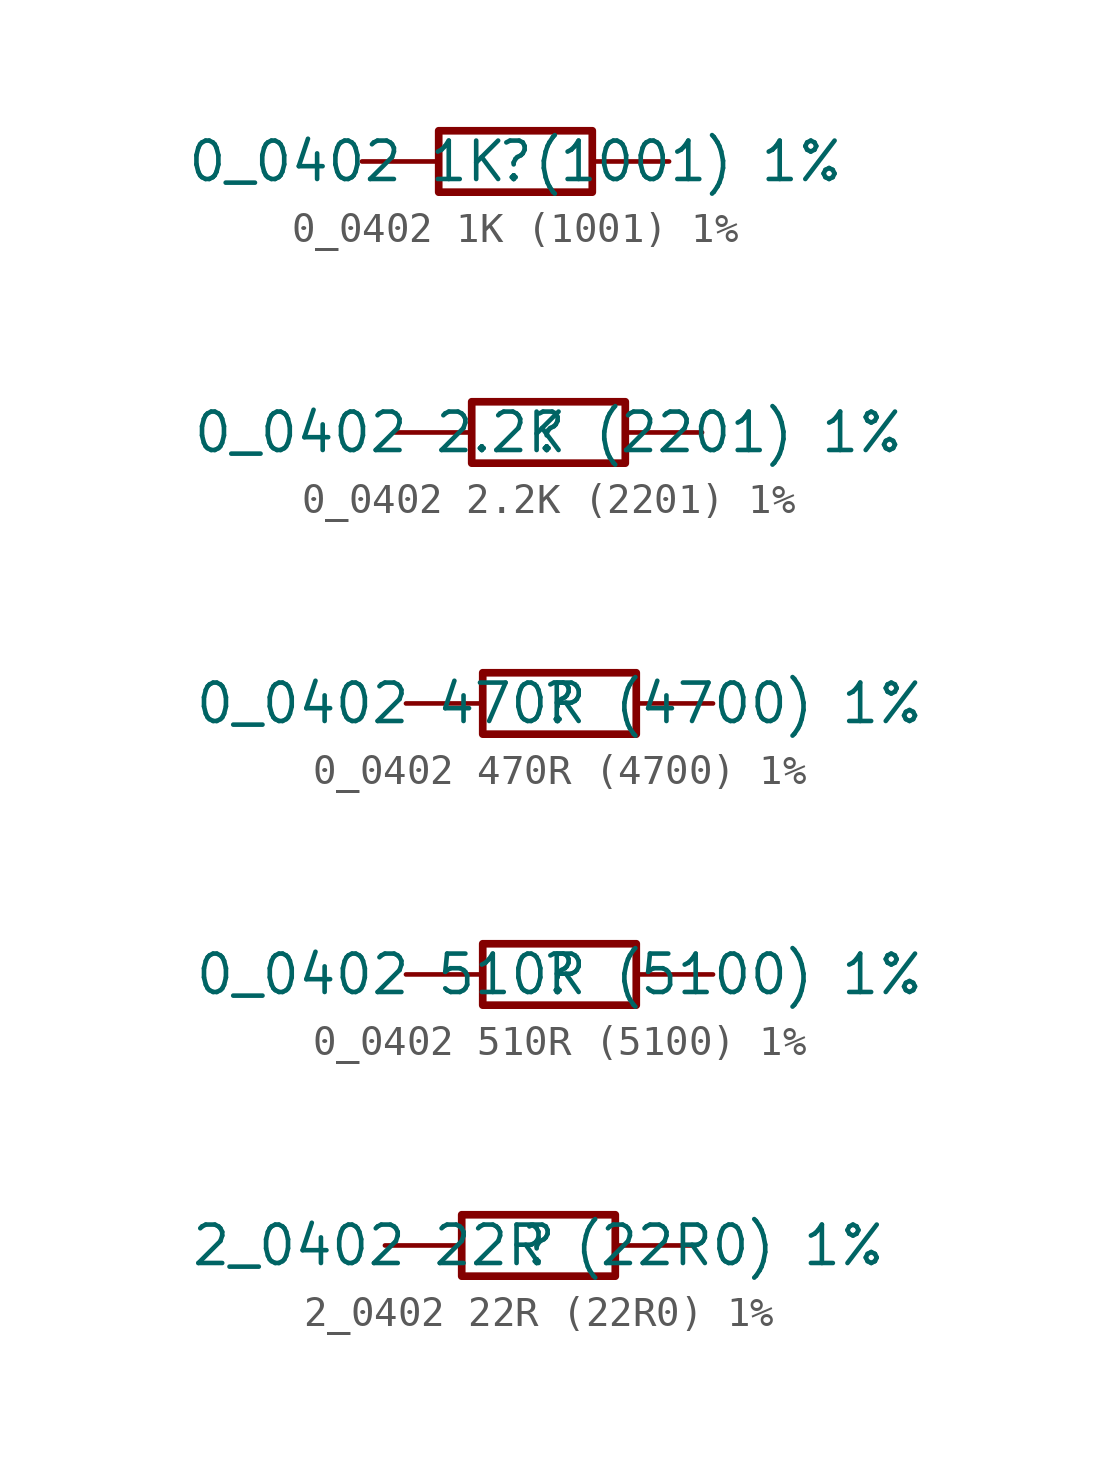
<source format=kicad_sym>
(kicad_symbol_lib
  (version 20211014)
  (generator kicad_symbol_editor)
  (symbol "0_0402 1K (1001) 1%"
    (property "Reference" ""
      (at 0 0 0)
      (effects (font (size 1.27 1.27))))
    (property "Value" "0_0402 1K (1001) 1%"
      (at 0 0 0)
      (effects (font (size 1.27 1.27))))
    (symbol "0_0402 1K (1001) 1%_1_0"
      (rectangle (start 2.54 1.016) (end -2.54 -1.016) (stroke (width 0.254) (type default) (color 0 0 0 0)) (fill (type none)))
      (pin passive line (at -5.08 0 0) (length 2.54) (name "1" (effects (font (size 0 0)))) (number "1" (effects (font (size 0 0)))))
      (pin passive line (at 5.08 0 180) (length 2.54) (name "2" (effects (font (size 0 0)))) (number "2" (effects (font (size 0 0)))))))
  (symbol "0_0402 2.2K (2201) 1%"
    (property "Reference" ""
      (at 0 0 0)
      (effects (font (size 1.27 1.27))))
    (property "Value" "0_0402 2.2K (2201) 1%"
      (at 0 0 0)
      (effects (font (size 1.27 1.27))))
    (symbol "0_0402 2.2K (2201) 1%_1_0"
      (rectangle (start 2.54 1.016) (end -2.54 -1.016) (stroke (width 0.254) (type default) (color 0 0 0 0)) (fill (type none)))
      (pin passive line (at -5.08 0 0) (length 2.54) (name "1" (effects (font (size 0 0)))) (number "1" (effects (font (size 0 0)))))
      (pin passive line (at 5.08 0 180) (length 2.54) (name "2" (effects (font (size 0 0)))) (number "2" (effects (font (size 0 0)))))))
  (symbol "0_0402 470R (4700) 1%"
    (property "Reference" ""
      (at 0 0 0)
      (effects (font (size 1.27 1.27))))
    (property "Value" "0_0402 470R (4700) 1%"
      (at 0 0 0)
      (effects (font (size 1.27 1.27))))
    (symbol "0_0402 470R (4700) 1%_1_0"
      (rectangle (start 2.54 1.016) (end -2.54 -1.016) (stroke (width 0.254) (type default) (color 0 0 0 0)) (fill (type none)))
      (pin passive line (at -5.08 0 0) (length 2.54) (name "1" (effects (font (size 0 0)))) (number "1" (effects (font (size 0 0)))))
      (pin passive line (at 5.08 0 180) (length 2.54) (name "2" (effects (font (size 0 0)))) (number "2" (effects (font (size 0 0)))))))
  (symbol "0_0402 510R (5100) 1%"
    (property "Reference" ""
      (at 0 0 0)
      (effects (font (size 1.27 1.27))))
    (property "Value" "0_0402 510R (5100) 1%"
      (at 0 0 0)
      (effects (font (size 1.27 1.27))))
    (symbol "0_0402 510R (5100) 1%_1_0"
      (rectangle (start 2.54 1.016) (end -2.54 -1.016) (stroke (width 0.254) (type default) (color 0 0 0 0)) (fill (type none)))
      (pin passive line (at -5.08 0 0) (length 2.54) (name "1" (effects (font (size 0 0)))) (number "1" (effects (font (size 0 0)))))
      (pin passive line (at 5.08 0 180) (length 2.54) (name "2" (effects (font (size 0 0)))) (number "2" (effects (font (size 0 0)))))))
  (symbol "2_0402 22R (22R0) 1%"
    (property "Reference" ""
      (at 0 0 0)
      (effects (font (size 1.27 1.27))))
    (property "Value" "2_0402 22R (22R0) 1%"
      (at 0 0 0)
      (effects (font (size 1.27 1.27))))
    (symbol "2_0402 22R (22R0) 1%_1_0"
      (rectangle (start 2.54 1.016) (end -2.54 -1.016) (stroke (width 0.254) (type default) (color 0 0 0 0)) (fill (type none)))
      (pin passive line (at 5.08 0 180) (length 2.54) (name "1" (effects (font (size 0 0)))) (number "1" (effects (font (size 0 0)))))
      (pin passive line (at -5.08 0 0) (length 2.54) (name "2" (effects (font (size 0 0)))) (number "2" (effects (font (size 0 0))))))))
</source>
